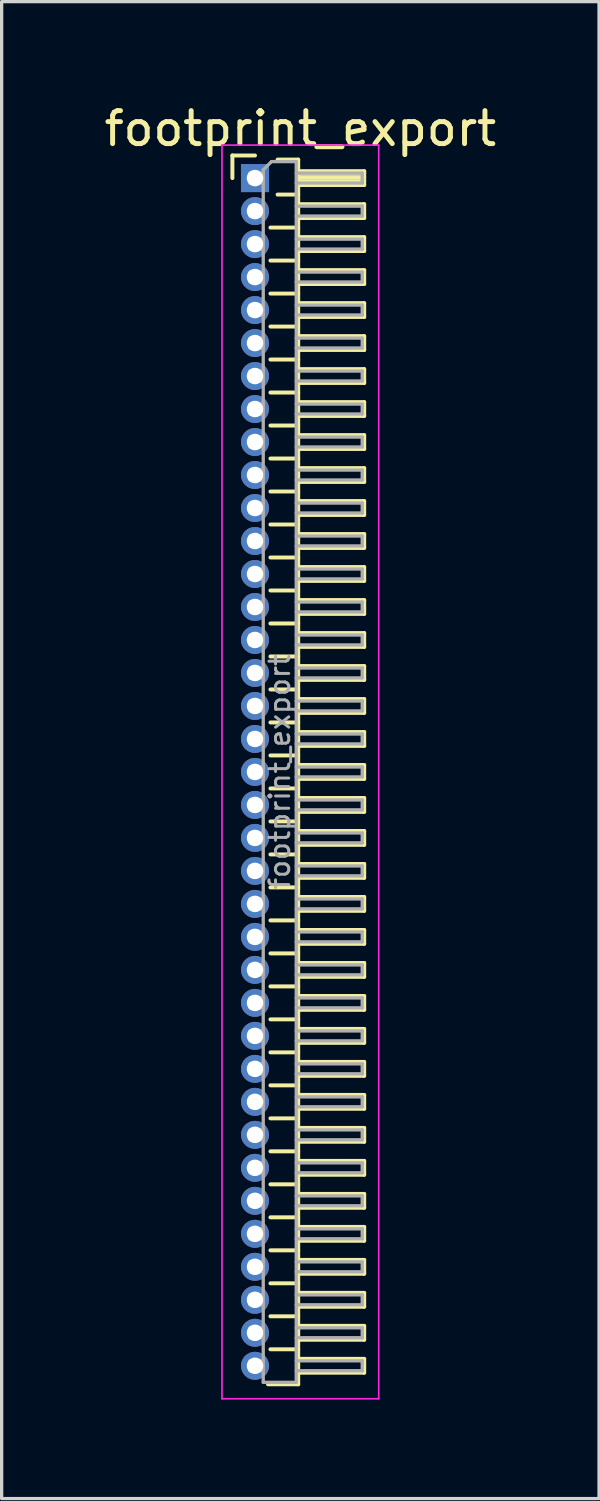
<source format=kicad_pcb>
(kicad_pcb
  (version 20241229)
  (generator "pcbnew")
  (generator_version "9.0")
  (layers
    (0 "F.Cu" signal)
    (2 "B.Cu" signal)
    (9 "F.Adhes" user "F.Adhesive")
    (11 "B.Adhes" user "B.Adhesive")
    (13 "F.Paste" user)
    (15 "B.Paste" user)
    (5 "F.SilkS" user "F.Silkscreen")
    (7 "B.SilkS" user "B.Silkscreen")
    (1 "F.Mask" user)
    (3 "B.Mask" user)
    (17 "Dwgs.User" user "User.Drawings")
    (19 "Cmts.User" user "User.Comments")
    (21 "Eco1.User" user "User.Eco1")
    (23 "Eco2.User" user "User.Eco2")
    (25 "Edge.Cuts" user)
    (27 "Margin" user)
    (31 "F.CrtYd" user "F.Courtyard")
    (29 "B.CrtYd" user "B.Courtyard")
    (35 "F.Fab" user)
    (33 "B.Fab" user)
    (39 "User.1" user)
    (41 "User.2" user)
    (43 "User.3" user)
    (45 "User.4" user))
  (footprint "footprint_export"
    (layer "F.Cu")
    (at 4.679 2.348)
    (property "Reference" "footprint_export" (at 1.375 -1.5 0) (layer "F.SilkS") (effects (font (size 1 1) (thickness 0.15))))
    (attr through_hole)
    (fp_line (start -0.685 -0.685) (end 0 -0.685) (stroke (width 0.12) (type solid)) (layer "F.SilkS"))
    (fp_line (start -0.685 0) (end -0.685 -0.685) (stroke (width 0.12) (type solid)) (layer "F.SilkS"))
    (fp_line (start 0.468 1.5) (end 1.31 1.5) (stroke (width 0.12) (type solid)) (layer "F.SilkS"))
    (fp_line (start 0.468 2.5) (end 1.31 2.5) (stroke (width 0.12) (type solid)) (layer "F.SilkS"))
    (fp_line (start 0.468 3.5) (end 1.31 3.5) (stroke (width 0.12) (type solid)) (layer "F.SilkS"))
    (fp_line (start 0.468 4.5) (end 1.31 4.5) (stroke (width 0.12) (type solid)) (layer "F.SilkS"))
    (fp_line (start 0.468 5.5) (end 1.31 5.5) (stroke (width 0.12) (type solid)) (layer "F.SilkS"))
    (fp_line (start 0.468 6.5) (end 1.31 6.5) (stroke (width 0.12) (type solid)) (layer "F.SilkS"))
    (fp_line (start 0.468 7.5) (end 1.31 7.5) (stroke (width 0.12) (type solid)) (layer "F.SilkS"))
    (fp_line (start 0.468 8.5) (end 1.31 8.5) (stroke (width 0.12) (type solid)) (layer "F.SilkS"))
    (fp_line (start 0.468 9.5) (end 1.31 9.5) (stroke (width 0.12) (type solid)) (layer "F.SilkS"))
    (fp_line (start 0.468 10.5) (end 1.31 10.5) (stroke (width 0.12) (type solid)) (layer "F.SilkS"))
    (fp_line (start 0.468 11.5) (end 1.31 11.5) (stroke (width 0.12) (type solid)) (layer "F.SilkS"))
    (fp_line (start 0.468 12.5) (end 1.31 12.5) (stroke (width 0.12) (type solid)) (layer "F.SilkS"))
    (fp_line (start 0.468 13.5) (end 1.31 13.5) (stroke (width 0.12) (type solid)) (layer "F.SilkS"))
    (fp_line (start 0.468 14.5) (end 1.31 14.5) (stroke (width 0.12) (type solid)) (layer "F.SilkS"))
    (fp_line (start 0.468 15.5) (end 1.31 15.5) (stroke (width 0.12) (type solid)) (layer "F.SilkS"))
    (fp_line (start 0.468 16.5) (end 1.31 16.5) (stroke (width 0.12) (type solid)) (layer "F.SilkS"))
    (fp_line (start 0.468 17.5) (end 1.31 17.5) (stroke (width 0.12) (type solid)) (layer "F.SilkS"))
    (fp_line (start 0.468 18.5) (end 1.31 18.5) (stroke (width 0.12) (type solid)) (layer "F.SilkS"))
    (fp_line (start 0.468 19.5) (end 1.31 19.5) (stroke (width 0.12) (type solid)) (layer "F.SilkS"))
    (fp_line (start 0.468 20.5) (end 1.31 20.5) (stroke (width 0.12) (type solid)) (layer "F.SilkS"))
    (fp_line (start 0.468 21.5) (end 1.31 21.5) (stroke (width 0.12) (type solid)) (layer "F.SilkS"))
    (fp_line (start 0.468 22.5) (end 1.31 22.5) (stroke (width 0.12) (type solid)) (layer "F.SilkS"))
    (fp_line (start 0.468 23.5) (end 1.31 23.5) (stroke (width 0.12) (type solid)) (layer "F.SilkS"))
    (fp_line (start 0.468 24.5) (end 1.31 24.5) (stroke (width 0.12) (type solid)) (layer "F.SilkS"))
    (fp_line (start 0.468 25.5) (end 1.31 25.5) (stroke (width 0.12) (type solid)) (layer "F.SilkS"))
    (fp_line (start 0.468 26.5) (end 1.31 26.5) (stroke (width 0.12) (type solid)) (layer "F.SilkS"))
    (fp_line (start 0.468 27.5) (end 1.31 27.5) (stroke (width 0.12) (type solid)) (layer "F.SilkS"))
    (fp_line (start 0.468 28.5) (end 1.31 28.5) (stroke (width 0.12) (type solid)) (layer "F.SilkS"))
    (fp_line (start 0.468 29.5) (end 1.31 29.5) (stroke (width 0.12) (type solid)) (layer "F.SilkS"))
    (fp_line (start 0.468 30.5) (end 1.31 30.5) (stroke (width 0.12) (type solid)) (layer "F.SilkS"))
    (fp_line (start 0.468 31.5) (end 1.31 31.5) (stroke (width 0.12) (type solid)) (layer "F.SilkS"))
    (fp_line (start 0.468 32.5) (end 1.31 32.5) (stroke (width 0.12) (type solid)) (layer "F.SilkS"))
    (fp_line (start 0.468 33.5) (end 1.31 33.5) (stroke (width 0.12) (type solid)) (layer "F.SilkS"))
    (fp_line (start 0.468 34.5) (end 1.31 34.5) (stroke (width 0.12) (type solid)) (layer "F.SilkS"))
    (fp_line (start 0.468 35.5) (end 1.31 35.5) (stroke (width 0.12) (type solid)) (layer "F.SilkS"))
    (fp_line (start 0.685 -0.56) (end 1.31 -0.56) (stroke (width 0.12) (type solid)) (layer "F.SilkS"))
    (fp_line (start 0.685 0.5) (end 1.31 0.5) (stroke (width 0.12) (type solid)) (layer "F.SilkS"))
    (fp_line (start 1.31 -0.56) (end 1.31 36.56) (stroke (width 0.12) (type solid)) (layer "F.SilkS"))
    (fp_line (start 1.31 -0.21) (end 3.31 -0.21) (stroke (width 0.12) (type solid)) (layer "F.SilkS"))
    (fp_line (start 1.31 -0.15) (end 3.31 -0.15) (stroke (width 0.12) (type solid)) (layer "F.SilkS"))
    (fp_line (start 1.31 -0.03) (end 3.31 -0.03) (stroke (width 0.12) (type solid)) (layer "F.SilkS"))
    (fp_line (start 1.31 0.09) (end 3.31 0.09) (stroke (width 0.12) (type solid)) (layer "F.SilkS"))
    (fp_line (start 1.31 0.79) (end 3.31 0.79) (stroke (width 0.12) (type solid)) (layer "F.SilkS"))
    (fp_line (start 1.31 1.79) (end 3.31 1.79) (stroke (width 0.12) (type solid)) (layer "F.SilkS"))
    (fp_line (start 1.31 2.79) (end 3.31 2.79) (stroke (width 0.12) (type solid)) (layer "F.SilkS"))
    (fp_line (start 1.31 3.79) (end 3.31 3.79) (stroke (width 0.12) (type solid)) (layer "F.SilkS"))
    (fp_line (start 1.31 4.79) (end 3.31 4.79) (stroke (width 0.12) (type solid)) (layer "F.SilkS"))
    (fp_line (start 1.31 5.79) (end 3.31 5.79) (stroke (width 0.12) (type solid)) (layer "F.SilkS"))
    (fp_line (start 1.31 6.79) (end 3.31 6.79) (stroke (width 0.12) (type solid)) (layer "F.SilkS"))
    (fp_line (start 1.31 7.79) (end 3.31 7.79) (stroke (width 0.12) (type solid)) (layer "F.SilkS"))
    (fp_line (start 1.31 8.79) (end 3.31 8.79) (stroke (width 0.12) (type solid)) (layer "F.SilkS"))
    (fp_line (start 1.31 9.79) (end 3.31 9.79) (stroke (width 0.12) (type solid)) (layer "F.SilkS"))
    (fp_line (start 1.31 10.79) (end 3.31 10.79) (stroke (width 0.12) (type solid)) (layer "F.SilkS"))
    (fp_line (start 1.31 11.79) (end 3.31 11.79) (stroke (width 0.12) (type solid)) (layer "F.SilkS"))
    (fp_line (start 1.31 12.79) (end 3.31 12.79) (stroke (width 0.12) (type solid)) (layer "F.SilkS"))
    (fp_line (start 1.31 13.79) (end 3.31 13.79) (stroke (width 0.12) (type solid)) (layer "F.SilkS"))
    (fp_line (start 1.31 14.79) (end 3.31 14.79) (stroke (width 0.12) (type solid)) (layer "F.SilkS"))
    (fp_line (start 1.31 15.79) (end 3.31 15.79) (stroke (width 0.12) (type solid)) (layer "F.SilkS"))
    (fp_line (start 1.31 16.79) (end 3.31 16.79) (stroke (width 0.12) (type solid)) (layer "F.SilkS"))
    (fp_line (start 1.31 17.79) (end 3.31 17.79) (stroke (width 0.12) (type solid)) (layer "F.SilkS"))
    (fp_line (start 1.31 18.79) (end 3.31 18.79) (stroke (width 0.12) (type solid)) (layer "F.SilkS"))
    (fp_line (start 1.31 19.79) (end 3.31 19.79) (stroke (width 0.12) (type solid)) (layer "F.SilkS"))
    (fp_line (start 1.31 20.79) (end 3.31 20.79) (stroke (width 0.12) (type solid)) (layer "F.SilkS"))
    (fp_line (start 1.31 21.79) (end 3.31 21.79) (stroke (width 0.12) (type solid)) (layer "F.SilkS"))
    (fp_line (start 1.31 22.79) (end 3.31 22.79) (stroke (width 0.12) (type solid)) (layer "F.SilkS"))
    (fp_line (start 1.31 23.79) (end 3.31 23.79) (stroke (width 0.12) (type solid)) (layer "F.SilkS"))
    (fp_line (start 1.31 24.79) (end 3.31 24.79) (stroke (width 0.12) (type solid)) (layer "F.SilkS"))
    (fp_line (start 1.31 25.79) (end 3.31 25.79) (stroke (width 0.12) (type solid)) (layer "F.SilkS"))
    (fp_line (start 1.31 26.79) (end 3.31 26.79) (stroke (width 0.12) (type solid)) (layer "F.SilkS"))
    (fp_line (start 1.31 27.79) (end 3.31 27.79) (stroke (width 0.12) (type solid)) (layer "F.SilkS"))
    (fp_line (start 1.31 28.79) (end 3.31 28.79) (stroke (width 0.12) (type solid)) (layer "F.SilkS"))
    (fp_line (start 1.31 29.79) (end 3.31 29.79) (stroke (width 0.12) (type solid)) (layer "F.SilkS"))
    (fp_line (start 1.31 30.79) (end 3.31 30.79) (stroke (width 0.12) (type solid)) (layer "F.SilkS"))
    (fp_line (start 1.31 31.79) (end 3.31 31.79) (stroke (width 0.12) (type solid)) (layer "F.SilkS"))
    (fp_line (start 1.31 32.79) (end 3.31 32.79) (stroke (width 0.12) (type solid)) (layer "F.SilkS"))
    (fp_line (start 1.31 33.79) (end 3.31 33.79) (stroke (width 0.12) (type solid)) (layer "F.SilkS"))
    (fp_line (start 1.31 34.79) (end 3.31 34.79) (stroke (width 0.12) (type solid)) (layer "F.SilkS"))
    (fp_line (start 1.31 35.79) (end 3.31 35.79) (stroke (width 0.12) (type solid)) (layer "F.SilkS"))
    (fp_line (start 1.31 36.56) (end 0.394 36.56) (stroke (width 0.12) (type solid)) (layer "F.SilkS"))
    (fp_line (start 3.31 -0.21) (end 3.31 0.21) (stroke (width 0.12) (type solid)) (layer "F.SilkS"))
    (fp_line (start 3.31 0.21) (end 1.31 0.21) (stroke (width 0.12) (type solid)) (layer "F.SilkS"))
    (fp_line (start 3.31 0.79) (end 3.31 1.21) (stroke (width 0.12) (type solid)) (layer "F.SilkS"))
    (fp_line (start 3.31 1.21) (end 1.31 1.21) (stroke (width 0.12) (type solid)) (layer "F.SilkS"))
    (fp_line (start 3.31 1.79) (end 3.31 2.21) (stroke (width 0.12) (type solid)) (layer "F.SilkS"))
    (fp_line (start 3.31 2.21) (end 1.31 2.21) (stroke (width 0.12) (type solid)) (layer "F.SilkS"))
    (fp_line (start 3.31 2.79) (end 3.31 3.21) (stroke (width 0.12) (type solid)) (layer "F.SilkS"))
    (fp_line (start 3.31 3.21) (end 1.31 3.21) (stroke (width 0.12) (type solid)) (layer "F.SilkS"))
    (fp_line (start 3.31 3.79) (end 3.31 4.21) (stroke (width 0.12) (type solid)) (layer "F.SilkS"))
    (fp_line (start 3.31 4.21) (end 1.31 4.21) (stroke (width 0.12) (type solid)) (layer "F.SilkS"))
    (fp_line (start 3.31 4.79) (end 3.31 5.21) (stroke (width 0.12) (type solid)) (layer "F.SilkS"))
    (fp_line (start 3.31 5.21) (end 1.31 5.21) (stroke (width 0.12) (type solid)) (layer "F.SilkS"))
    (fp_line (start 3.31 5.79) (end 3.31 6.21) (stroke (width 0.12) (type solid)) (layer "F.SilkS"))
    (fp_line (start 3.31 6.21) (end 1.31 6.21) (stroke (width 0.12) (type solid)) (layer "F.SilkS"))
    (fp_line (start 3.31 6.79) (end 3.31 7.21) (stroke (width 0.12) (type solid)) (layer "F.SilkS"))
    (fp_line (start 3.31 7.21) (end 1.31 7.21) (stroke (width 0.12) (type solid)) (layer "F.SilkS"))
    (fp_line (start 3.31 7.79) (end 3.31 8.21) (stroke (width 0.12) (type solid)) (layer "F.SilkS"))
    (fp_line (start 3.31 8.21) (end 1.31 8.21) (stroke (width 0.12) (type solid)) (layer "F.SilkS"))
    (fp_line (start 3.31 8.79) (end 3.31 9.21) (stroke (width 0.12) (type solid)) (layer "F.SilkS"))
    (fp_line (start 3.31 9.21) (end 1.31 9.21) (stroke (width 0.12) (type solid)) (layer "F.SilkS"))
    (fp_line (start 3.31 9.79) (end 3.31 10.21) (stroke (width 0.12) (type solid)) (layer "F.SilkS"))
    (fp_line (start 3.31 10.21) (end 1.31 10.21) (stroke (width 0.12) (type solid)) (layer "F.SilkS"))
    (fp_line (start 3.31 10.79) (end 3.31 11.21) (stroke (width 0.12) (type solid)) (layer "F.SilkS"))
    (fp_line (start 3.31 11.21) (end 1.31 11.21) (stroke (width 0.12) (type solid)) (layer "F.SilkS"))
    (fp_line (start 3.31 11.79) (end 3.31 12.21) (stroke (width 0.12) (type solid)) (layer "F.SilkS"))
    (fp_line (start 3.31 12.21) (end 1.31 12.21) (stroke (width 0.12) (type solid)) (layer "F.SilkS"))
    (fp_line (start 3.31 12.79) (end 3.31 13.21) (stroke (width 0.12) (type solid)) (layer "F.SilkS"))
    (fp_line (start 3.31 13.21) (end 1.31 13.21) (stroke (width 0.12) (type solid)) (layer "F.SilkS"))
    (fp_line (start 3.31 13.79) (end 3.31 14.21) (stroke (width 0.12) (type solid)) (layer "F.SilkS"))
    (fp_line (start 3.31 14.21) (end 1.31 14.21) (stroke (width 0.12) (type solid)) (layer "F.SilkS"))
    (fp_line (start 3.31 14.79) (end 3.31 15.21) (stroke (width 0.12) (type solid)) (layer "F.SilkS"))
    (fp_line (start 3.31 15.21) (end 1.31 15.21) (stroke (width 0.12) (type solid)) (layer "F.SilkS"))
    (fp_line (start 3.31 15.79) (end 3.31 16.21) (stroke (width 0.12) (type solid)) (layer "F.SilkS"))
    (fp_line (start 3.31 16.21) (end 1.31 16.21) (stroke (width 0.12) (type solid)) (layer "F.SilkS"))
    (fp_line (start 3.31 16.79) (end 3.31 17.21) (stroke (width 0.12) (type solid)) (layer "F.SilkS"))
    (fp_line (start 3.31 17.21) (end 1.31 17.21) (stroke (width 0.12) (type solid)) (layer "F.SilkS"))
    (fp_line (start 3.31 17.79) (end 3.31 18.21) (stroke (width 0.12) (type solid)) (layer "F.SilkS"))
    (fp_line (start 3.31 18.21) (end 1.31 18.21) (stroke (width 0.12) (type solid)) (layer "F.SilkS"))
    (fp_line (start 3.31 18.79) (end 3.31 19.21) (stroke (width 0.12) (type solid)) (layer "F.SilkS"))
    (fp_line (start 3.31 19.21) (end 1.31 19.21) (stroke (width 0.12) (type solid)) (layer "F.SilkS"))
    (fp_line (start 3.31 19.79) (end 3.31 20.21) (stroke (width 0.12) (type solid)) (layer "F.SilkS"))
    (fp_line (start 3.31 20.21) (end 1.31 20.21) (stroke (width 0.12) (type solid)) (layer "F.SilkS"))
    (fp_line (start 3.31 20.79) (end 3.31 21.21) (stroke (width 0.12) (type solid)) (layer "F.SilkS"))
    (fp_line (start 3.31 21.21) (end 1.31 21.21) (stroke (width 0.12) (type solid)) (layer "F.SilkS"))
    (fp_line (start 3.31 21.79) (end 3.31 22.21) (stroke (width 0.12) (type solid)) (layer "F.SilkS"))
    (fp_line (start 3.31 22.21) (end 1.31 22.21) (stroke (width 0.12) (type solid)) (layer "F.SilkS"))
    (fp_line (start 3.31 22.79) (end 3.31 23.21) (stroke (width 0.12) (type solid)) (layer "F.SilkS"))
    (fp_line (start 3.31 23.21) (end 1.31 23.21) (stroke (width 0.12) (type solid)) (layer "F.SilkS"))
    (fp_line (start 3.31 23.79) (end 3.31 24.21) (stroke (width 0.12) (type solid)) (layer "F.SilkS"))
    (fp_line (start 3.31 24.21) (end 1.31 24.21) (stroke (width 0.12) (type solid)) (layer "F.SilkS"))
    (fp_line (start 3.31 24.79) (end 3.31 25.21) (stroke (width 0.12) (type solid)) (layer "F.SilkS"))
    (fp_line (start 3.31 25.21) (end 1.31 25.21) (stroke (width 0.12) (type solid)) (layer "F.SilkS"))
    (fp_line (start 3.31 25.79) (end 3.31 26.21) (stroke (width 0.12) (type solid)) (layer "F.SilkS"))
    (fp_line (start 3.31 26.21) (end 1.31 26.21) (stroke (width 0.12) (type solid)) (layer "F.SilkS"))
    (fp_line (start 3.31 26.79) (end 3.31 27.21) (stroke (width 0.12) (type solid)) (layer "F.SilkS"))
    (fp_line (start 3.31 27.21) (end 1.31 27.21) (stroke (width 0.12) (type solid)) (layer "F.SilkS"))
    (fp_line (start 3.31 27.79) (end 3.31 28.21) (stroke (width 0.12) (type solid)) (layer "F.SilkS"))
    (fp_line (start 3.31 28.21) (end 1.31 28.21) (stroke (width 0.12) (type solid)) (layer "F.SilkS"))
    (fp_line (start 3.31 28.79) (end 3.31 29.21) (stroke (width 0.12) (type solid)) (layer "F.SilkS"))
    (fp_line (start 3.31 29.21) (end 1.31 29.21) (stroke (width 0.12) (type solid)) (layer "F.SilkS"))
    (fp_line (start 3.31 29.79) (end 3.31 30.21) (stroke (width 0.12) (type solid)) (layer "F.SilkS"))
    (fp_line (start 3.31 30.21) (end 1.31 30.21) (stroke (width 0.12) (type solid)) (layer "F.SilkS"))
    (fp_line (start 3.31 30.79) (end 3.31 31.21) (stroke (width 0.12) (type solid)) (layer "F.SilkS"))
    (fp_line (start 3.31 31.21) (end 1.31 31.21) (stroke (width 0.12) (type solid)) (layer "F.SilkS"))
    (fp_line (start 3.31 31.79) (end 3.31 32.21) (stroke (width 0.12) (type solid)) (layer "F.SilkS"))
    (fp_line (start 3.31 32.21) (end 1.31 32.21) (stroke (width 0.12) (type solid)) (layer "F.SilkS"))
    (fp_line (start 3.31 32.79) (end 3.31 33.21) (stroke (width 0.12) (type solid)) (layer "F.SilkS"))
    (fp_line (start 3.31 33.21) (end 1.31 33.21) (stroke (width 0.12) (type solid)) (layer "F.SilkS"))
    (fp_line (start 3.31 33.79) (end 3.31 34.21) (stroke (width 0.12) (type solid)) (layer "F.SilkS"))
    (fp_line (start 3.31 34.21) (end 1.31 34.21) (stroke (width 0.12) (type solid)) (layer "F.SilkS"))
    (fp_line (start 3.31 34.79) (end 3.31 35.21) (stroke (width 0.12) (type solid)) (layer "F.SilkS"))
    (fp_line (start 3.31 35.21) (end 1.31 35.21) (stroke (width 0.12) (type solid)) (layer "F.SilkS"))
    (fp_line (start 3.31 35.79) (end 3.31 36.21) (stroke (width 0.12) (type solid)) (layer "F.SilkS"))
    (fp_line (start 3.31 36.21) (end 1.31 36.21) (stroke (width 0.12) (type solid)) (layer "F.SilkS"))
    (fp_line (start -1 -1) (end -1 37) (stroke (width 0.05) (type solid)) (layer "F.CrtYd"))
    (fp_line (start -1 37) (end 3.75 37) (stroke (width 0.05) (type solid)) (layer "F.CrtYd"))
    (fp_line (start 3.75 -1) (end -1 -1) (stroke (width 0.05) (type solid)) (layer "F.CrtYd"))
    (fp_line (start 3.75 37) (end 3.75 -1) (stroke (width 0.05) (type solid)) (layer "F.CrtYd"))
    (fp_line (start -0.15 -0.15) (end -0.15 0.15) (stroke (width 0.1) (type solid)) (layer "F.Fab"))
    (fp_line (start -0.15 -0.15) (end 0.25 -0.15) (stroke (width 0.1) (type solid)) (layer "F.Fab"))
    (fp_line (start -0.15 0.15) (end 0.25 0.15) (stroke (width 0.1) (type solid)) (layer "F.Fab"))
    (fp_line (start -0.15 0.85) (end -0.15 1.15) (stroke (width 0.1) (type solid)) (layer "F.Fab"))
    (fp_line (start -0.15 0.85) (end 0.25 0.85) (stroke (width 0.1) (type solid)) (layer "F.Fab"))
    (fp_line (start -0.15 1.15) (end 0.25 1.15) (stroke (width 0.1) (type solid)) (layer "F.Fab"))
    (fp_line (start -0.15 1.85) (end -0.15 2.15) (stroke (width 0.1) (type solid)) (layer "F.Fab"))
    (fp_line (start -0.15 1.85) (end 0.25 1.85) (stroke (width 0.1) (type solid)) (layer "F.Fab"))
    (fp_line (start -0.15 2.15) (end 0.25 2.15) (stroke (width 0.1) (type solid)) (layer "F.Fab"))
    (fp_line (start -0.15 2.85) (end -0.15 3.15) (stroke (width 0.1) (type solid)) (layer "F.Fab"))
    (fp_line (start -0.15 2.85) (end 0.25 2.85) (stroke (width 0.1) (type solid)) (layer "F.Fab"))
    (fp_line (start -0.15 3.15) (end 0.25 3.15) (stroke (width 0.1) (type solid)) (layer "F.Fab"))
    (fp_line (start -0.15 3.85) (end -0.15 4.15) (stroke (width 0.1) (type solid)) (layer "F.Fab"))
    (fp_line (start -0.15 3.85) (end 0.25 3.85) (stroke (width 0.1) (type solid)) (layer "F.Fab"))
    (fp_line (start -0.15 4.15) (end 0.25 4.15) (stroke (width 0.1) (type solid)) (layer "F.Fab"))
    (fp_line (start -0.15 4.85) (end -0.15 5.15) (stroke (width 0.1) (type solid)) (layer "F.Fab"))
    (fp_line (start -0.15 4.85) (end 0.25 4.85) (stroke (width 0.1) (type solid)) (layer "F.Fab"))
    (fp_line (start -0.15 5.15) (end 0.25 5.15) (stroke (width 0.1) (type solid)) (layer "F.Fab"))
    (fp_line (start -0.15 5.85) (end -0.15 6.15) (stroke (width 0.1) (type solid)) (layer "F.Fab"))
    (fp_line (start -0.15 5.85) (end 0.25 5.85) (stroke (width 0.1) (type solid)) (layer "F.Fab"))
    (fp_line (start -0.15 6.15) (end 0.25 6.15) (stroke (width 0.1) (type solid)) (layer "F.Fab"))
    (fp_line (start -0.15 6.85) (end -0.15 7.15) (stroke (width 0.1) (type solid)) (layer "F.Fab"))
    (fp_line (start -0.15 6.85) (end 0.25 6.85) (stroke (width 0.1) (type solid)) (layer "F.Fab"))
    (fp_line (start -0.15 7.15) (end 0.25 7.15) (stroke (width 0.1) (type solid)) (layer "F.Fab"))
    (fp_line (start -0.15 7.85) (end -0.15 8.15) (stroke (width 0.1) (type solid)) (layer "F.Fab"))
    (fp_line (start -0.15 7.85) (end 0.25 7.85) (stroke (width 0.1) (type solid)) (layer "F.Fab"))
    (fp_line (start -0.15 8.15) (end 0.25 8.15) (stroke (width 0.1) (type solid)) (layer "F.Fab"))
    (fp_line (start -0.15 8.85) (end -0.15 9.15) (stroke (width 0.1) (type solid)) (layer "F.Fab"))
    (fp_line (start -0.15 8.85) (end 0.25 8.85) (stroke (width 0.1) (type solid)) (layer "F.Fab"))
    (fp_line (start -0.15 9.15) (end 0.25 9.15) (stroke (width 0.1) (type solid)) (layer "F.Fab"))
    (fp_line (start -0.15 9.85) (end -0.15 10.15) (stroke (width 0.1) (type solid)) (layer "F.Fab"))
    (fp_line (start -0.15 9.85) (end 0.25 9.85) (stroke (width 0.1) (type solid)) (layer "F.Fab"))
    (fp_line (start -0.15 10.15) (end 0.25 10.15) (stroke (width 0.1) (type solid)) (layer "F.Fab"))
    (fp_line (start -0.15 10.85) (end -0.15 11.15) (stroke (width 0.1) (type solid)) (layer "F.Fab"))
    (fp_line (start -0.15 10.85) (end 0.25 10.85) (stroke (width 0.1) (type solid)) (layer "F.Fab"))
    (fp_line (start -0.15 11.15) (end 0.25 11.15) (stroke (width 0.1) (type solid)) (layer "F.Fab"))
    (fp_line (start -0.15 11.85) (end -0.15 12.15) (stroke (width 0.1) (type solid)) (layer "F.Fab"))
    (fp_line (start -0.15 11.85) (end 0.25 11.85) (stroke (width 0.1) (type solid)) (layer "F.Fab"))
    (fp_line (start -0.15 12.15) (end 0.25 12.15) (stroke (width 0.1) (type solid)) (layer "F.Fab"))
    (fp_line (start -0.15 12.85) (end -0.15 13.15) (stroke (width 0.1) (type solid)) (layer "F.Fab"))
    (fp_line (start -0.15 12.85) (end 0.25 12.85) (stroke (width 0.1) (type solid)) (layer "F.Fab"))
    (fp_line (start -0.15 13.15) (end 0.25 13.15) (stroke (width 0.1) (type solid)) (layer "F.Fab"))
    (fp_line (start -0.15 13.85) (end -0.15 14.15) (stroke (width 0.1) (type solid)) (layer "F.Fab"))
    (fp_line (start -0.15 13.85) (end 0.25 13.85) (stroke (width 0.1) (type solid)) (layer "F.Fab"))
    (fp_line (start -0.15 14.15) (end 0.25 14.15) (stroke (width 0.1) (type solid)) (layer "F.Fab"))
    (fp_line (start -0.15 14.85) (end -0.15 15.15) (stroke (width 0.1) (type solid)) (layer "F.Fab"))
    (fp_line (start -0.15 14.85) (end 0.25 14.85) (stroke (width 0.1) (type solid)) (layer "F.Fab"))
    (fp_line (start -0.15 15.15) (end 0.25 15.15) (stroke (width 0.1) (type solid)) (layer "F.Fab"))
    (fp_line (start -0.15 15.85) (end -0.15 16.15) (stroke (width 0.1) (type solid)) (layer "F.Fab"))
    (fp_line (start -0.15 15.85) (end 0.25 15.85) (stroke (width 0.1) (type solid)) (layer "F.Fab"))
    (fp_line (start -0.15 16.15) (end 0.25 16.15) (stroke (width 0.1) (type solid)) (layer "F.Fab"))
    (fp_line (start -0.15 16.85) (end -0.15 17.15) (stroke (width 0.1) (type solid)) (layer "F.Fab"))
    (fp_line (start -0.15 16.85) (end 0.25 16.85) (stroke (width 0.1) (type solid)) (layer "F.Fab"))
    (fp_line (start -0.15 17.15) (end 0.25 17.15) (stroke (width 0.1) (type solid)) (layer "F.Fab"))
    (fp_line (start -0.15 17.85) (end -0.15 18.15) (stroke (width 0.1) (type solid)) (layer "F.Fab"))
    (fp_line (start -0.15 17.85) (end 0.25 17.85) (stroke (width 0.1) (type solid)) (layer "F.Fab"))
    (fp_line (start -0.15 18.15) (end 0.25 18.15) (stroke (width 0.1) (type solid)) (layer "F.Fab"))
    (fp_line (start -0.15 18.85) (end -0.15 19.15) (stroke (width 0.1) (type solid)) (layer "F.Fab"))
    (fp_line (start -0.15 18.85) (end 0.25 18.85) (stroke (width 0.1) (type solid)) (layer "F.Fab"))
    (fp_line (start -0.15 19.15) (end 0.25 19.15) (stroke (width 0.1) (type solid)) (layer "F.Fab"))
    (fp_line (start -0.15 19.85) (end -0.15 20.15) (stroke (width 0.1) (type solid)) (layer "F.Fab"))
    (fp_line (start -0.15 19.85) (end 0.25 19.85) (stroke (width 0.1) (type solid)) (layer "F.Fab"))
    (fp_line (start -0.15 20.15) (end 0.25 20.15) (stroke (width 0.1) (type solid)) (layer "F.Fab"))
    (fp_line (start -0.15 20.85) (end -0.15 21.15) (stroke (width 0.1) (type solid)) (layer "F.Fab"))
    (fp_line (start -0.15 20.85) (end 0.25 20.85) (stroke (width 0.1) (type solid)) (layer "F.Fab"))
    (fp_line (start -0.15 21.15) (end 0.25 21.15) (stroke (width 0.1) (type solid)) (layer "F.Fab"))
    (fp_line (start -0.15 21.85) (end -0.15 22.15) (stroke (width 0.1) (type solid)) (layer "F.Fab"))
    (fp_line (start -0.15 21.85) (end 0.25 21.85) (stroke (width 0.1) (type solid)) (layer "F.Fab"))
    (fp_line (start -0.15 22.15) (end 0.25 22.15) (stroke (width 0.1) (type solid)) (layer "F.Fab"))
    (fp_line (start -0.15 22.85) (end -0.15 23.15) (stroke (width 0.1) (type solid)) (layer "F.Fab"))
    (fp_line (start -0.15 22.85) (end 0.25 22.85) (stroke (width 0.1) (type solid)) (layer "F.Fab"))
    (fp_line (start -0.15 23.15) (end 0.25 23.15) (stroke (width 0.1) (type solid)) (layer "F.Fab"))
    (fp_line (start -0.15 23.85) (end -0.15 24.15) (stroke (width 0.1) (type solid)) (layer "F.Fab"))
    (fp_line (start -0.15 23.85) (end 0.25 23.85) (stroke (width 0.1) (type solid)) (layer "F.Fab"))
    (fp_line (start -0.15 24.15) (end 0.25 24.15) (stroke (width 0.1) (type solid)) (layer "F.Fab"))
    (fp_line (start -0.15 24.85) (end -0.15 25.15) (stroke (width 0.1) (type solid)) (layer "F.Fab"))
    (fp_line (start -0.15 24.85) (end 0.25 24.85) (stroke (width 0.1) (type solid)) (layer "F.Fab"))
    (fp_line (start -0.15 25.15) (end 0.25 25.15) (stroke (width 0.1) (type solid)) (layer "F.Fab"))
    (fp_line (start -0.15 25.85) (end -0.15 26.15) (stroke (width 0.1) (type solid)) (layer "F.Fab"))
    (fp_line (start -0.15 25.85) (end 0.25 25.85) (stroke (width 0.1) (type solid)) (layer "F.Fab"))
    (fp_line (start -0.15 26.15) (end 0.25 26.15) (stroke (width 0.1) (type solid)) (layer "F.Fab"))
    (fp_line (start -0.15 26.85) (end -0.15 27.15) (stroke (width 0.1) (type solid)) (layer "F.Fab"))
    (fp_line (start -0.15 26.85) (end 0.25 26.85) (stroke (width 0.1) (type solid)) (layer "F.Fab"))
    (fp_line (start -0.15 27.15) (end 0.25 27.15) (stroke (width 0.1) (type solid)) (layer "F.Fab"))
    (fp_line (start -0.15 27.85) (end -0.15 28.15) (stroke (width 0.1) (type solid)) (layer "F.Fab"))
    (fp_line (start -0.15 27.85) (end 0.25 27.85) (stroke (width 0.1) (type solid)) (layer "F.Fab"))
    (fp_line (start -0.15 28.15) (end 0.25 28.15) (stroke (width 0.1) (type solid)) (layer "F.Fab"))
    (fp_line (start -0.15 28.85) (end -0.15 29.15) (stroke (width 0.1) (type solid)) (layer "F.Fab"))
    (fp_line (start -0.15 28.85) (end 0.25 28.85) (stroke (width 0.1) (type solid)) (layer "F.Fab"))
    (fp_line (start -0.15 29.15) (end 0.25 29.15) (stroke (width 0.1) (type solid)) (layer "F.Fab"))
    (fp_line (start -0.15 29.85) (end -0.15 30.15) (stroke (width 0.1) (type solid)) (layer "F.Fab"))
    (fp_line (start -0.15 29.85) (end 0.25 29.85) (stroke (width 0.1) (type solid)) (layer "F.Fab"))
    (fp_line (start -0.15 30.15) (end 0.25 30.15) (stroke (width 0.1) (type solid)) (layer "F.Fab"))
    (fp_line (start -0.15 30.85) (end -0.15 31.15) (stroke (width 0.1) (type solid)) (layer "F.Fab"))
    (fp_line (start -0.15 30.85) (end 0.25 30.85) (stroke (width 0.1) (type solid)) (layer "F.Fab"))
    (fp_line (start -0.15 31.15) (end 0.25 31.15) (stroke (width 0.1) (type solid)) (layer "F.Fab"))
    (fp_line (start -0.15 31.85) (end -0.15 32.15) (stroke (width 0.1) (type solid)) (layer "F.Fab"))
    (fp_line (start -0.15 31.85) (end 0.25 31.85) (stroke (width 0.1) (type solid)) (layer "F.Fab"))
    (fp_line (start -0.15 32.15) (end 0.25 32.15) (stroke (width 0.1) (type solid)) (layer "F.Fab"))
    (fp_line (start -0.15 32.85) (end -0.15 33.15) (stroke (width 0.1) (type solid)) (layer "F.Fab"))
    (fp_line (start -0.15 32.85) (end 0.25 32.85) (stroke (width 0.1) (type solid)) (layer "F.Fab"))
    (fp_line (start -0.15 33.15) (end 0.25 33.15) (stroke (width 0.1) (type solid)) (layer "F.Fab"))
    (fp_line (start -0.15 33.85) (end -0.15 34.15) (stroke (width 0.1) (type solid)) (layer "F.Fab"))
    (fp_line (start -0.15 33.85) (end 0.25 33.85) (stroke (width 0.1) (type solid)) (layer "F.Fab"))
    (fp_line (start -0.15 34.15) (end 0.25 34.15) (stroke (width 0.1) (type solid)) (layer "F.Fab"))
    (fp_line (start -0.15 34.85) (end -0.15 35.15) (stroke (width 0.1) (type solid)) (layer "F.Fab"))
    (fp_line (start -0.15 34.85) (end 0.25 34.85) (stroke (width 0.1) (type solid)) (layer "F.Fab"))
    (fp_line (start -0.15 35.15) (end 0.25 35.15) (stroke (width 0.1) (type solid)) (layer "F.Fab"))
    (fp_line (start -0.15 35.85) (end -0.15 36.15) (stroke (width 0.1) (type solid)) (layer "F.Fab"))
    (fp_line (start -0.15 35.85) (end 0.25 35.85) (stroke (width 0.1) (type solid)) (layer "F.Fab"))
    (fp_line (start -0.15 36.15) (end 0.25 36.15) (stroke (width 0.1) (type solid)) (layer "F.Fab"))
    (fp_line (start 0.25 -0.25) (end 0.5 -0.5) (stroke (width 0.1) (type solid)) (layer "F.Fab"))
    (fp_line (start 0.25 36.5) (end 0.25 -0.25) (stroke (width 0.1) (type solid)) (layer "F.Fab"))
    (fp_line (start 0.5 -0.5) (end 1.25 -0.5) (stroke (width 0.1) (type solid)) (layer "F.Fab"))
    (fp_line (start 1.25 -0.5) (end 1.25 36.5) (stroke (width 0.1) (type solid)) (layer "F.Fab"))
    (fp_line (start 1.25 -0.15) (end 3.25 -0.15) (stroke (width 0.1) (type solid)) (layer "F.Fab"))
    (fp_line (start 1.25 0.15) (end 3.25 0.15) (stroke (width 0.1) (type solid)) (layer "F.Fab"))
    (fp_line (start 1.25 0.85) (end 3.25 0.85) (stroke (width 0.1) (type solid)) (layer "F.Fab"))
    (fp_line (start 1.25 1.15) (end 3.25 1.15) (stroke (width 0.1) (type solid)) (layer "F.Fab"))
    (fp_line (start 1.25 1.85) (end 3.25 1.85) (stroke (width 0.1) (type solid)) (layer "F.Fab"))
    (fp_line (start 1.25 2.15) (end 3.25 2.15) (stroke (width 0.1) (type solid)) (layer "F.Fab"))
    (fp_line (start 1.25 2.85) (end 3.25 2.85) (stroke (width 0.1) (type solid)) (layer "F.Fab"))
    (fp_line (start 1.25 3.15) (end 3.25 3.15) (stroke (width 0.1) (type solid)) (layer "F.Fab"))
    (fp_line (start 1.25 3.85) (end 3.25 3.85) (stroke (width 0.1) (type solid)) (layer "F.Fab"))
    (fp_line (start 1.25 4.15) (end 3.25 4.15) (stroke (width 0.1) (type solid)) (layer "F.Fab"))
    (fp_line (start 1.25 4.85) (end 3.25 4.85) (stroke (width 0.1) (type solid)) (layer "F.Fab"))
    (fp_line (start 1.25 5.15) (end 3.25 5.15) (stroke (width 0.1) (type solid)) (layer "F.Fab"))
    (fp_line (start 1.25 5.85) (end 3.25 5.85) (stroke (width 0.1) (type solid)) (layer "F.Fab"))
    (fp_line (start 1.25 6.15) (end 3.25 6.15) (stroke (width 0.1) (type solid)) (layer "F.Fab"))
    (fp_line (start 1.25 6.85) (end 3.25 6.85) (stroke (width 0.1) (type solid)) (layer "F.Fab"))
    (fp_line (start 1.25 7.15) (end 3.25 7.15) (stroke (width 0.1) (type solid)) (layer "F.Fab"))
    (fp_line (start 1.25 7.85) (end 3.25 7.85) (stroke (width 0.1) (type solid)) (layer "F.Fab"))
    (fp_line (start 1.25 8.15) (end 3.25 8.15) (stroke (width 0.1) (type solid)) (layer "F.Fab"))
    (fp_line (start 1.25 8.85) (end 3.25 8.85) (stroke (width 0.1) (type solid)) (layer "F.Fab"))
    (fp_line (start 1.25 9.15) (end 3.25 9.15) (stroke (width 0.1) (type solid)) (layer "F.Fab"))
    (fp_line (start 1.25 9.85) (end 3.25 9.85) (stroke (width 0.1) (type solid)) (layer "F.Fab"))
    (fp_line (start 1.25 10.15) (end 3.25 10.15) (stroke (width 0.1) (type solid)) (layer "F.Fab"))
    (fp_line (start 1.25 10.85) (end 3.25 10.85) (stroke (width 0.1) (type solid)) (layer "F.Fab"))
    (fp_line (start 1.25 11.15) (end 3.25 11.15) (stroke (width 0.1) (type solid)) (layer "F.Fab"))
    (fp_line (start 1.25 11.85) (end 3.25 11.85) (stroke (width 0.1) (type solid)) (layer "F.Fab"))
    (fp_line (start 1.25 12.15) (end 3.25 12.15) (stroke (width 0.1) (type solid)) (layer "F.Fab"))
    (fp_line (start 1.25 12.85) (end 3.25 12.85) (stroke (width 0.1) (type solid)) (layer "F.Fab"))
    (fp_line (start 1.25 13.15) (end 3.25 13.15) (stroke (width 0.1) (type solid)) (layer "F.Fab"))
    (fp_line (start 1.25 13.85) (end 3.25 13.85) (stroke (width 0.1) (type solid)) (layer "F.Fab"))
    (fp_line (start 1.25 14.15) (end 3.25 14.15) (stroke (width 0.1) (type solid)) (layer "F.Fab"))
    (fp_line (start 1.25 14.85) (end 3.25 14.85) (stroke (width 0.1) (type solid)) (layer "F.Fab"))
    (fp_line (start 1.25 15.15) (end 3.25 15.15) (stroke (width 0.1) (type solid)) (layer "F.Fab"))
    (fp_line (start 1.25 15.85) (end 3.25 15.85) (stroke (width 0.1) (type solid)) (layer "F.Fab"))
    (fp_line (start 1.25 16.15) (end 3.25 16.15) (stroke (width 0.1) (type solid)) (layer "F.Fab"))
    (fp_line (start 1.25 16.85) (end 3.25 16.85) (stroke (width 0.1) (type solid)) (layer "F.Fab"))
    (fp_line (start 1.25 17.15) (end 3.25 17.15) (stroke (width 0.1) (type solid)) (layer "F.Fab"))
    (fp_line (start 1.25 17.85) (end 3.25 17.85) (stroke (width 0.1) (type solid)) (layer "F.Fab"))
    (fp_line (start 1.25 18.15) (end 3.25 18.15) (stroke (width 0.1) (type solid)) (layer "F.Fab"))
    (fp_line (start 1.25 18.85) (end 3.25 18.85) (stroke (width 0.1) (type solid)) (layer "F.Fab"))
    (fp_line (start 1.25 19.15) (end 3.25 19.15) (stroke (width 0.1) (type solid)) (layer "F.Fab"))
    (fp_line (start 1.25 19.85) (end 3.25 19.85) (stroke (width 0.1) (type solid)) (layer "F.Fab"))
    (fp_line (start 1.25 20.15) (end 3.25 20.15) (stroke (width 0.1) (type solid)) (layer "F.Fab"))
    (fp_line (start 1.25 20.85) (end 3.25 20.85) (stroke (width 0.1) (type solid)) (layer "F.Fab"))
    (fp_line (start 1.25 21.15) (end 3.25 21.15) (stroke (width 0.1) (type solid)) (layer "F.Fab"))
    (fp_line (start 1.25 21.85) (end 3.25 21.85) (stroke (width 0.1) (type solid)) (layer "F.Fab"))
    (fp_line (start 1.25 22.15) (end 3.25 22.15) (stroke (width 0.1) (type solid)) (layer "F.Fab"))
    (fp_line (start 1.25 22.85) (end 3.25 22.85) (stroke (width 0.1) (type solid)) (layer "F.Fab"))
    (fp_line (start 1.25 23.15) (end 3.25 23.15) (stroke (width 0.1) (type solid)) (layer "F.Fab"))
    (fp_line (start 1.25 23.85) (end 3.25 23.85) (stroke (width 0.1) (type solid)) (layer "F.Fab"))
    (fp_line (start 1.25 24.15) (end 3.25 24.15) (stroke (width 0.1) (type solid)) (layer "F.Fab"))
    (fp_line (start 1.25 24.85) (end 3.25 24.85) (stroke (width 0.1) (type solid)) (layer "F.Fab"))
    (fp_line (start 1.25 25.15) (end 3.25 25.15) (stroke (width 0.1) (type solid)) (layer "F.Fab"))
    (fp_line (start 1.25 25.85) (end 3.25 25.85) (stroke (width 0.1) (type solid)) (layer "F.Fab"))
    (fp_line (start 1.25 26.15) (end 3.25 26.15) (stroke (width 0.1) (type solid)) (layer "F.Fab"))
    (fp_line (start 1.25 26.85) (end 3.25 26.85) (stroke (width 0.1) (type solid)) (layer "F.Fab"))
    (fp_line (start 1.25 27.15) (end 3.25 27.15) (stroke (width 0.1) (type solid)) (layer "F.Fab"))
    (fp_line (start 1.25 27.85) (end 3.25 27.85) (stroke (width 0.1) (type solid)) (layer "F.Fab"))
    (fp_line (start 1.25 28.15) (end 3.25 28.15) (stroke (width 0.1) (type solid)) (layer "F.Fab"))
    (fp_line (start 1.25 28.85) (end 3.25 28.85) (stroke (width 0.1) (type solid)) (layer "F.Fab"))
    (fp_line (start 1.25 29.15) (end 3.25 29.15) (stroke (width 0.1) (type solid)) (layer "F.Fab"))
    (fp_line (start 1.25 29.85) (end 3.25 29.85) (stroke (width 0.1) (type solid)) (layer "F.Fab"))
    (fp_line (start 1.25 30.15) (end 3.25 30.15) (stroke (width 0.1) (type solid)) (layer "F.Fab"))
    (fp_line (start 1.25 30.85) (end 3.25 30.85) (stroke (width 0.1) (type solid)) (layer "F.Fab"))
    (fp_line (start 1.25 31.15) (end 3.25 31.15) (stroke (width 0.1) (type solid)) (layer "F.Fab"))
    (fp_line (start 1.25 31.85) (end 3.25 31.85) (stroke (width 0.1) (type solid)) (layer "F.Fab"))
    (fp_line (start 1.25 32.15) (end 3.25 32.15) (stroke (width 0.1) (type solid)) (layer "F.Fab"))
    (fp_line (start 1.25 32.85) (end 3.25 32.85) (stroke (width 0.1) (type solid)) (layer "F.Fab"))
    (fp_line (start 1.25 33.15) (end 3.25 33.15) (stroke (width 0.1) (type solid)) (layer "F.Fab"))
    (fp_line (start 1.25 33.85) (end 3.25 33.85) (stroke (width 0.1) (type solid)) (layer "F.Fab"))
    (fp_line (start 1.25 34.15) (end 3.25 34.15) (stroke (width 0.1) (type solid)) (layer "F.Fab"))
    (fp_line (start 1.25 34.85) (end 3.25 34.85) (stroke (width 0.1) (type solid)) (layer "F.Fab"))
    (fp_line (start 1.25 35.15) (end 3.25 35.15) (stroke (width 0.1) (type solid)) (layer "F.Fab"))
    (fp_line (start 1.25 35.85) (end 3.25 35.85) (stroke (width 0.1) (type solid)) (layer "F.Fab"))
    (fp_line (start 1.25 36.15) (end 3.25 36.15) (stroke (width 0.1) (type solid)) (layer "F.Fab"))
    (fp_line (start 1.25 36.5) (end 0.25 36.5) (stroke (width 0.1) (type solid)) (layer "F.Fab"))
    (fp_line (start 3.25 -0.15) (end 3.25 0.15) (stroke (width 0.1) (type solid)) (layer "F.Fab"))
    (fp_line (start 3.25 0.85) (end 3.25 1.15) (stroke (width 0.1) (type solid)) (layer "F.Fab"))
    (fp_line (start 3.25 1.85) (end 3.25 2.15) (stroke (width 0.1) (type solid)) (layer "F.Fab"))
    (fp_line (start 3.25 2.85) (end 3.25 3.15) (stroke (width 0.1) (type solid)) (layer "F.Fab"))
    (fp_line (start 3.25 3.85) (end 3.25 4.15) (stroke (width 0.1) (type solid)) (layer "F.Fab"))
    (fp_line (start 3.25 4.85) (end 3.25 5.15) (stroke (width 0.1) (type solid)) (layer "F.Fab"))
    (fp_line (start 3.25 5.85) (end 3.25 6.15) (stroke (width 0.1) (type solid)) (layer "F.Fab"))
    (fp_line (start 3.25 6.85) (end 3.25 7.15) (stroke (width 0.1) (type solid)) (layer "F.Fab"))
    (fp_line (start 3.25 7.85) (end 3.25 8.15) (stroke (width 0.1) (type solid)) (layer "F.Fab"))
    (fp_line (start 3.25 8.85) (end 3.25 9.15) (stroke (width 0.1) (type solid)) (layer "F.Fab"))
    (fp_line (start 3.25 9.85) (end 3.25 10.15) (stroke (width 0.1) (type solid)) (layer "F.Fab"))
    (fp_line (start 3.25 10.85) (end 3.25 11.15) (stroke (width 0.1) (type solid)) (layer "F.Fab"))
    (fp_line (start 3.25 11.85) (end 3.25 12.15) (stroke (width 0.1) (type solid)) (layer "F.Fab"))
    (fp_line (start 3.25 12.85) (end 3.25 13.15) (stroke (width 0.1) (type solid)) (layer "F.Fab"))
    (fp_line (start 3.25 13.85) (end 3.25 14.15) (stroke (width 0.1) (type solid)) (layer "F.Fab"))
    (fp_line (start 3.25 14.85) (end 3.25 15.15) (stroke (width 0.1) (type solid)) (layer "F.Fab"))
    (fp_line (start 3.25 15.85) (end 3.25 16.15) (stroke (width 0.1) (type solid)) (layer "F.Fab"))
    (fp_line (start 3.25 16.85) (end 3.25 17.15) (stroke (width 0.1) (type solid)) (layer "F.Fab"))
    (fp_line (start 3.25 17.85) (end 3.25 18.15) (stroke (width 0.1) (type solid)) (layer "F.Fab"))
    (fp_line (start 3.25 18.85) (end 3.25 19.15) (stroke (width 0.1) (type solid)) (layer "F.Fab"))
    (fp_line (start 3.25 19.85) (end 3.25 20.15) (stroke (width 0.1) (type solid)) (layer "F.Fab"))
    (fp_line (start 3.25 20.85) (end 3.25 21.15) (stroke (width 0.1) (type solid)) (layer "F.Fab"))
    (fp_line (start 3.25 21.85) (end 3.25 22.15) (stroke (width 0.1) (type solid)) (layer "F.Fab"))
    (fp_line (start 3.25 22.85) (end 3.25 23.15) (stroke (width 0.1) (type solid)) (layer "F.Fab"))
    (fp_line (start 3.25 23.85) (end 3.25 24.15) (stroke (width 0.1) (type solid)) (layer "F.Fab"))
    (fp_line (start 3.25 24.85) (end 3.25 25.15) (stroke (width 0.1) (type solid)) (layer "F.Fab"))
    (fp_line (start 3.25 25.85) (end 3.25 26.15) (stroke (width 0.1) (type solid)) (layer "F.Fab"))
    (fp_line (start 3.25 26.85) (end 3.25 27.15) (stroke (width 0.1) (type solid)) (layer "F.Fab"))
    (fp_line (start 3.25 27.85) (end 3.25 28.15) (stroke (width 0.1) (type solid)) (layer "F.Fab"))
    (fp_line (start 3.25 28.85) (end 3.25 29.15) (stroke (width 0.1) (type solid)) (layer "F.Fab"))
    (fp_line (start 3.25 29.85) (end 3.25 30.15) (stroke (width 0.1) (type solid)) (layer "F.Fab"))
    (fp_line (start 3.25 30.85) (end 3.25 31.15) (stroke (width 0.1) (type solid)) (layer "F.Fab"))
    (fp_line (start 3.25 31.85) (end 3.25 32.15) (stroke (width 0.1) (type solid)) (layer "F.Fab"))
    (fp_line (start 3.25 32.85) (end 3.25 33.15) (stroke (width 0.1) (type solid)) (layer "F.Fab"))
    (fp_line (start 3.25 33.85) (end 3.25 34.15) (stroke (width 0.1) (type solid)) (layer "F.Fab"))
    (fp_line (start 3.25 34.85) (end 3.25 35.15) (stroke (width 0.1) (type solid)) (layer "F.Fab"))
    (fp_line (start 3.25 35.85) (end 3.25 36.15) (stroke (width 0.1) (type solid)) (layer "F.Fab"))
    (fp_text user "${REFERENCE}" (at 0.75 18 90) (layer "F.Fab") (effects (font (size 0.6 0.6) (thickness 0.09))))
    (pad "1" thru_hole rect (at 0 0) (size 0.85 0.85) (drill 0.5) (layers "*.Cu" "*.Mask"))
    (pad "2" thru_hole oval (at 0 1) (size 0.85 0.85) (drill 0.5) (layers "*.Cu" "*.Mask"))
    (pad "3" thru_hole oval (at 0 2) (size 0.85 0.85) (drill 0.5) (layers "*.Cu" "*.Mask"))
    (pad "4" thru_hole oval (at 0 3) (size 0.85 0.85) (drill 0.5) (layers "*.Cu" "*.Mask"))
    (pad "5" thru_hole oval (at 0 4) (size 0.85 0.85) (drill 0.5) (layers "*.Cu" "*.Mask"))
    (pad "6" thru_hole oval (at 0 5) (size 0.85 0.85) (drill 0.5) (layers "*.Cu" "*.Mask"))
    (pad "7" thru_hole oval (at 0 6) (size 0.85 0.85) (drill 0.5) (layers "*.Cu" "*.Mask"))
    (pad "8" thru_hole oval (at 0 7) (size 0.85 0.85) (drill 0.5) (layers "*.Cu" "*.Mask"))
    (pad "9" thru_hole oval (at 0 8) (size 0.85 0.85) (drill 0.5) (layers "*.Cu" "*.Mask"))
    (pad "10" thru_hole oval (at 0 9) (size 0.85 0.85) (drill 0.5) (layers "*.Cu" "*.Mask"))
    (pad "11" thru_hole oval (at 0 10) (size 0.85 0.85) (drill 0.5) (layers "*.Cu" "*.Mask"))
    (pad "12" thru_hole oval (at 0 11) (size 0.85 0.85) (drill 0.5) (layers "*.Cu" "*.Mask"))
    (pad "13" thru_hole oval (at 0 12) (size 0.85 0.85) (drill 0.5) (layers "*.Cu" "*.Mask"))
    (pad "14" thru_hole oval (at 0 13) (size 0.85 0.85) (drill 0.5) (layers "*.Cu" "*.Mask"))
    (pad "15" thru_hole oval (at 0 14) (size 0.85 0.85) (drill 0.5) (layers "*.Cu" "*.Mask"))
    (pad "16" thru_hole oval (at 0 15) (size 0.85 0.85) (drill 0.5) (layers "*.Cu" "*.Mask"))
    (pad "17" thru_hole oval (at 0 16) (size 0.85 0.85) (drill 0.5) (layers "*.Cu" "*.Mask"))
    (pad "18" thru_hole oval (at 0 17) (size 0.85 0.85) (drill 0.5) (layers "*.Cu" "*.Mask"))
    (pad "19" thru_hole oval (at 0 18) (size 0.85 0.85) (drill 0.5) (layers "*.Cu" "*.Mask"))
    (pad "20" thru_hole oval (at 0 19) (size 0.85 0.85) (drill 0.5) (layers "*.Cu" "*.Mask"))
    (pad "21" thru_hole oval (at 0 20) (size 0.85 0.85) (drill 0.5) (layers "*.Cu" "*.Mask"))
    (pad "22" thru_hole oval (at 0 21) (size 0.85 0.85) (drill 0.5) (layers "*.Cu" "*.Mask"))
    (pad "23" thru_hole oval (at 0 22) (size 0.85 0.85) (drill 0.5) (layers "*.Cu" "*.Mask"))
    (pad "24" thru_hole oval (at 0 23) (size 0.85 0.85) (drill 0.5) (layers "*.Cu" "*.Mask"))
    (pad "25" thru_hole oval (at 0 24) (size 0.85 0.85) (drill 0.5) (layers "*.Cu" "*.Mask"))
    (pad "26" thru_hole oval (at 0 25) (size 0.85 0.85) (drill 0.5) (layers "*.Cu" "*.Mask"))
    (pad "27" thru_hole oval (at 0 26) (size 0.85 0.85) (drill 0.5) (layers "*.Cu" "*.Mask"))
    (pad "28" thru_hole oval (at 0 27) (size 0.85 0.85) (drill 0.5) (layers "*.Cu" "*.Mask"))
    (pad "29" thru_hole oval (at 0 28) (size 0.85 0.85) (drill 0.5) (layers "*.Cu" "*.Mask"))
    (pad "30" thru_hole oval (at 0 29) (size 0.85 0.85) (drill 0.5) (layers "*.Cu" "*.Mask"))
    (pad "31" thru_hole oval (at 0 30) (size 0.85 0.85) (drill 0.5) (layers "*.Cu" "*.Mask"))
    (pad "32" thru_hole oval (at 0 31) (size 0.85 0.85) (drill 0.5) (layers "*.Cu" "*.Mask"))
    (pad "33" thru_hole oval (at 0 32) (size 0.85 0.85) (drill 0.5) (layers "*.Cu" "*.Mask"))
    (pad "34" thru_hole oval (at 0 33) (size 0.85 0.85) (drill 0.5) (layers "*.Cu" "*.Mask"))
    (pad "35" thru_hole oval (at 0 34) (size 0.85 0.85) (drill 0.5) (layers "*.Cu" "*.Mask"))
    (pad "36" thru_hole oval (at 0 35) (size 0.85 0.85) (drill 0.5) (layers "*.Cu" "*.Mask"))
    (pad "37" thru_hole oval (at 0 36) (size 0.85 0.85) (drill 0.5) (layers "*.Cu" "*.Mask")))
  (gr_rect
    (start -3 -3)
    (end 15.107 42.373)
    (stroke (width 0.1) (type default))
    (fill no)
    (layer "Edge.Cuts")))
</source>
